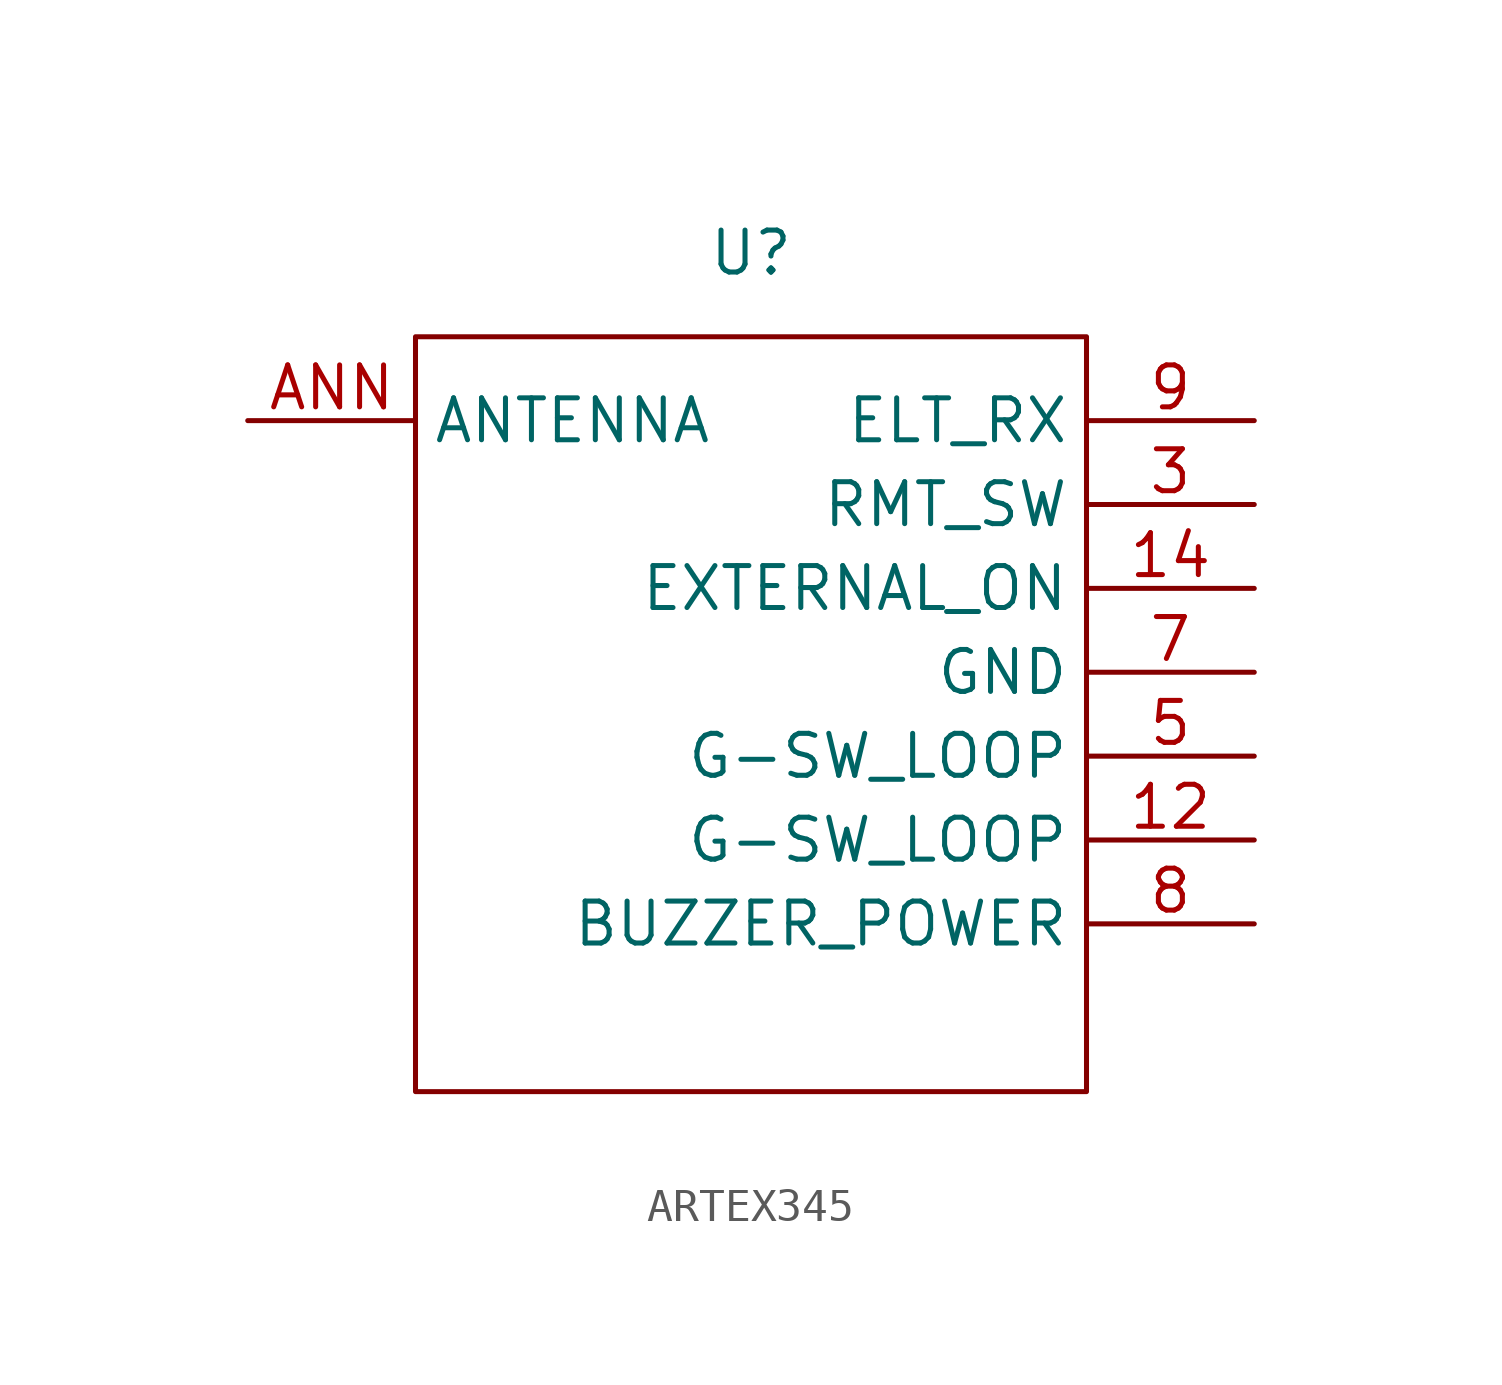
<source format=kicad_sym>
(kicad_symbol_lib
  (version 20241209)
  (generator "kicad_symbol_editor")
  (generator_version "9.0")
  (symbol "ARTEX345"
    (property "Reference" "U"
      (at 0 0 0)
      (effects (font (size 1.27 1.27))))
    (property "Value" ""
      (at 0 0 0)
      (effects (font (size 1.27 1.27))))
    (symbol "ARTEX345_0_1"
      (rectangle (start -10.16 -2.54) (end 10.16 -25.4) (stroke (width 0) (type default)) (fill (type none))))
    (symbol "ARTEX345_1_1"
      (pin output line (at -15.24 -5.08 0) (length 5.08) (name "ANTENNA" (effects (font (size 1.27 1.27)))) (number "ANN" (effects (font (size 1.27 1.27)))))
      (pin input line (at 15.24 -5.08 180) (length 5.08) (name "ELT_RX" (effects (font (size 1.27 1.27)))) (number "9" (effects (font (size 1.27 1.27)))))
      (pin input line (at 15.24 -7.62 180) (length 5.08) (name "RMT_SW" (effects (font (size 1.27 1.27)))) (number "3" (effects (font (size 1.27 1.27)))))
      (pin input line (at 15.24 -10.16 180) (length 5.08) (name "EXTERNAL_ON" (effects (font (size 1.27 1.27)))) (number "14" (effects (font (size 1.27 1.27)))))
      (pin unspecified line (at 15.24 -12.7 180) (length 5.08) (name "GND" (effects (font (size 1.27 1.27)))) (number "7" (effects (font (size 1.27 1.27)))))
      (pin bidirectional line (at 15.24 -15.24 180) (length 5.08) (name "G-SW_LOOP" (effects (font (size 1.27 1.27)))) (number "5" (effects (font (size 1.27 1.27)))))
      (pin bidirectional line (at 15.24 -17.78 180) (length 5.08) (name "G-SW_LOOP" (effects (font (size 1.27 1.27)))) (number "12" (effects (font (size 1.27 1.27)))))
      (pin output line (at 15.24 -20.32 180) (length 5.08) (name "BUZZER_POWER" (effects (font (size 1.27 1.27)))) (number "8" (effects (font (size 1.27 1.27))))))))
</source>
